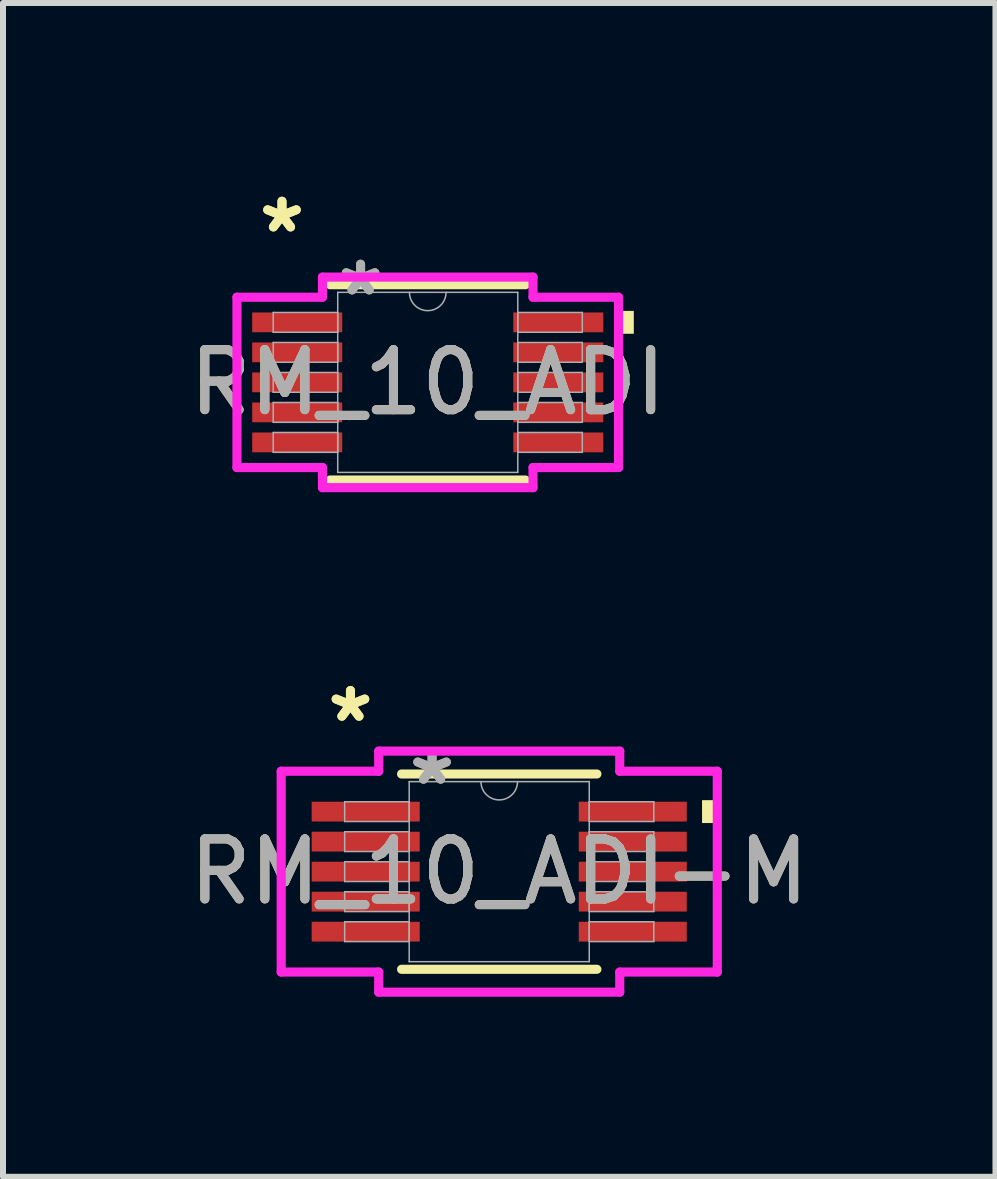
<source format=kicad_pcb>
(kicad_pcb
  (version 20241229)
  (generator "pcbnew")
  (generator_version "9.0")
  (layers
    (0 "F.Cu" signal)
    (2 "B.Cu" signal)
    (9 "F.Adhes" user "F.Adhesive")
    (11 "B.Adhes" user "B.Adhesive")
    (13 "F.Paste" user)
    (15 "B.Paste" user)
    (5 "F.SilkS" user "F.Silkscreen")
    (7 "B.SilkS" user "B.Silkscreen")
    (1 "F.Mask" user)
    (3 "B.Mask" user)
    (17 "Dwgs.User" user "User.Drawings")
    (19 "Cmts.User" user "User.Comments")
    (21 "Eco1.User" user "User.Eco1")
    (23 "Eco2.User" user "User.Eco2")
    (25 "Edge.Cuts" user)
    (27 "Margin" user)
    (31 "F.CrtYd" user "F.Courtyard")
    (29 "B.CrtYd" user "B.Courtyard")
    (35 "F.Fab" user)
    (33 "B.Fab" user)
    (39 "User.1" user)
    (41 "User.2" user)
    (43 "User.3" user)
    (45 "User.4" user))
  (footprint "RM_10_ADI-M"
    (layer "F.Cu")
    (at 5.268 11.473)
    (property "Reference" "RM_10_ADI-M" (at 0 0 0) (unlocked yes) (layer "F.SilkS") (effects (font (size 1 1) (thickness 0.15))))
    (attr smd)
    (fp_line (start -1.627 1.627) (end 1.627 1.627) (stroke (width 0.152) (type solid)) (layer "F.SilkS"))
    (fp_line (start 1.627 -1.627) (end -1.627 -1.627) (stroke (width 0.152) (type solid)) (layer "F.SilkS"))
    (fp_poly (pts (xy 3.633 -1.191) (xy 3.633 -0.81) (xy 3.379 -0.81) (xy 3.379 -1.191)) (stroke (width 0) (type solid)) (fill yes) (layer "F.SilkS"))
    (fp_line (start -3.633 -1.673) (end -2.008 -1.673) (stroke (width 0.152) (type solid)) (layer "F.CrtYd"))
    (fp_line (start -3.633 1.673) (end -3.633 -1.673) (stroke (width 0.152) (type solid)) (layer "F.CrtYd"))
    (fp_line (start -3.633 1.673) (end -2.008 1.673) (stroke (width 0.152) (type solid)) (layer "F.CrtYd"))
    (fp_line (start -2.008 -2.008) (end 2.008 -2.008) (stroke (width 0.152) (type solid)) (layer "F.CrtYd"))
    (fp_line (start -2.008 -1.673) (end -2.008 -2.008) (stroke (width 0.152) (type solid)) (layer "F.CrtYd"))
    (fp_line (start -2.008 2.008) (end -2.008 1.673) (stroke (width 0.152) (type solid)) (layer "F.CrtYd"))
    (fp_line (start 2.008 -2.008) (end 2.008 -1.673) (stroke (width 0.152) (type solid)) (layer "F.CrtYd"))
    (fp_line (start 2.008 1.673) (end 2.008 2.008) (stroke (width 0.152) (type solid)) (layer "F.CrtYd"))
    (fp_line (start 2.008 2.008) (end -2.008 2.008) (stroke (width 0.152) (type solid)) (layer "F.CrtYd"))
    (fp_line (start 3.633 -1.673) (end 2.008 -1.673) (stroke (width 0.152) (type solid)) (layer "F.CrtYd"))
    (fp_line (start 3.633 -1.673) (end 3.633 1.673) (stroke (width 0.152) (type solid)) (layer "F.CrtYd"))
    (fp_line (start 3.633 1.673) (end 2.008 1.673) (stroke (width 0.152) (type solid)) (layer "F.CrtYd"))
    (fp_line (start -2.575 -1.165) (end -2.575 -0.835) (stroke (width 0.025) (type solid)) (layer "F.Fab"))
    (fp_line (start -2.575 -0.835) (end -1.5 -0.835) (stroke (width 0.025) (type solid)) (layer "F.Fab"))
    (fp_line (start -2.575 -0.665) (end -2.575 -0.335) (stroke (width 0.025) (type solid)) (layer "F.Fab"))
    (fp_line (start -2.575 -0.335) (end -1.5 -0.335) (stroke (width 0.025) (type solid)) (layer "F.Fab"))
    (fp_line (start -2.575 -0.165) (end -2.575 0.165) (stroke (width 0.025) (type solid)) (layer "F.Fab"))
    (fp_line (start -2.575 0.165) (end -1.5 0.165) (stroke (width 0.025) (type solid)) (layer "F.Fab"))
    (fp_line (start -2.575 0.335) (end -2.575 0.665) (stroke (width 0.025) (type solid)) (layer "F.Fab"))
    (fp_line (start -2.575 0.665) (end -1.5 0.665) (stroke (width 0.025) (type solid)) (layer "F.Fab"))
    (fp_line (start -2.575 0.835) (end -2.575 1.165) (stroke (width 0.025) (type solid)) (layer "F.Fab"))
    (fp_line (start -2.575 1.165) (end -1.5 1.165) (stroke (width 0.025) (type solid)) (layer "F.Fab"))
    (fp_line (start -1.5 -1.5) (end -1.5 1.5) (stroke (width 0.025) (type solid)) (layer "F.Fab"))
    (fp_line (start -1.5 -1.165) (end -2.575 -1.165) (stroke (width 0.025) (type solid)) (layer "F.Fab"))
    (fp_line (start -1.5 -0.835) (end -1.5 -1.165) (stroke (width 0.025) (type solid)) (layer "F.Fab"))
    (fp_line (start -1.5 -0.665) (end -2.575 -0.665) (stroke (width 0.025) (type solid)) (layer "F.Fab"))
    (fp_line (start -1.5 -0.335) (end -1.5 -0.665) (stroke (width 0.025) (type solid)) (layer "F.Fab"))
    (fp_line (start -1.5 -0.165) (end -2.575 -0.165) (stroke (width 0.025) (type solid)) (layer "F.Fab"))
    (fp_line (start -1.5 0.165) (end -1.5 -0.165) (stroke (width 0.025) (type solid)) (layer "F.Fab"))
    (fp_line (start -1.5 0.335) (end -2.575 0.335) (stroke (width 0.025) (type solid)) (layer "F.Fab"))
    (fp_line (start -1.5 0.665) (end -1.5 0.335) (stroke (width 0.025) (type solid)) (layer "F.Fab"))
    (fp_line (start -1.5 0.835) (end -2.575 0.835) (stroke (width 0.025) (type solid)) (layer "F.Fab"))
    (fp_line (start -1.5 1.165) (end -1.5 0.835) (stroke (width 0.025) (type solid)) (layer "F.Fab"))
    (fp_line (start -1.5 1.5) (end 1.5 1.5) (stroke (width 0.025) (type solid)) (layer "F.Fab"))
    (fp_line (start 1.5 -1.5) (end -1.5 -1.5) (stroke (width 0.025) (type solid)) (layer "F.Fab"))
    (fp_line (start 1.5 -1.165) (end 1.5 -0.835) (stroke (width 0.025) (type solid)) (layer "F.Fab"))
    (fp_line (start 1.5 -0.835) (end 2.575 -0.835) (stroke (width 0.025) (type solid)) (layer "F.Fab"))
    (fp_line (start 1.5 -0.665) (end 1.5 -0.335) (stroke (width 0.025) (type solid)) (layer "F.Fab"))
    (fp_line (start 1.5 -0.335) (end 2.575 -0.335) (stroke (width 0.025) (type solid)) (layer "F.Fab"))
    (fp_line (start 1.5 -0.165) (end 1.5 0.165) (stroke (width 0.025) (type solid)) (layer "F.Fab"))
    (fp_line (start 1.5 0.165) (end 2.575 0.165) (stroke (width 0.025) (type solid)) (layer "F.Fab"))
    (fp_line (start 1.5 0.335) (end 1.5 0.665) (stroke (width 0.025) (type solid)) (layer "F.Fab"))
    (fp_line (start 1.5 0.665) (end 2.575 0.665) (stroke (width 0.025) (type solid)) (layer "F.Fab"))
    (fp_line (start 1.5 0.835) (end 1.5 1.165) (stroke (width 0.025) (type solid)) (layer "F.Fab"))
    (fp_line (start 1.5 1.165) (end 2.575 1.165) (stroke (width 0.025) (type solid)) (layer "F.Fab"))
    (fp_line (start 1.5 1.5) (end 1.5 -1.5) (stroke (width 0.025) (type solid)) (layer "F.Fab"))
    (fp_line (start 2.575 -1.165) (end 1.5 -1.165) (stroke (width 0.025) (type solid)) (layer "F.Fab"))
    (fp_line (start 2.575 -0.835) (end 2.575 -1.165) (stroke (width 0.025) (type solid)) (layer "F.Fab"))
    (fp_line (start 2.575 -0.665) (end 1.5 -0.665) (stroke (width 0.025) (type solid)) (layer "F.Fab"))
    (fp_line (start 2.575 -0.335) (end 2.575 -0.665) (stroke (width 0.025) (type solid)) (layer "F.Fab"))
    (fp_line (start 2.575 -0.165) (end 1.5 -0.165) (stroke (width 0.025) (type solid)) (layer "F.Fab"))
    (fp_line (start 2.575 0.165) (end 2.575 -0.165) (stroke (width 0.025) (type solid)) (layer "F.Fab"))
    (fp_line (start 2.575 0.335) (end 1.5 0.335) (stroke (width 0.025) (type solid)) (layer "F.Fab"))
    (fp_line (start 2.575 0.665) (end 2.575 0.335) (stroke (width 0.025) (type solid)) (layer "F.Fab"))
    (fp_line (start 2.575 0.835) (end 1.5 0.835) (stroke (width 0.025) (type solid)) (layer "F.Fab"))
    (fp_line (start 2.575 1.165) (end 2.575 0.835) (stroke (width 0.025) (type solid)) (layer "F.Fab"))
    (fp_arc (start 0.3048 -1.5) (mid 0 -1.1952) (end -0.3048 -1.5) (stroke (width 0.0254) (type solid)) (layer "F.Fab"))
    (fp_text user "*" (at -2.479 -2.473 0) (layer "F.SilkS") (effects (font (size 1 1) (thickness 0.15))))
    (fp_text user "*" (at -2.479 -2.473 0) (unlocked yes) (layer "F.SilkS") (effects (font (size 1 1) (thickness 0.15))))
    (fp_text user "*" (at -1.119 -1.424 0) (unlocked yes) (layer "F.Fab") (effects (font (size 1 1) (thickness 0.15))))
    (fp_text user "*" (at -1.119 -1.424 0) (layer "F.Fab") (effects (font (size 1 1) (thickness 0.15))))
    (fp_text user "${REFERENCE}" (at 0 0 0) (unlocked yes) (layer "F.Fab") (effects (font (size 1 1) (thickness 0.15))))
    (pad "1" smd rect (at -2.225 -1) (size 1.8 0.33) (layers "F.Cu" "F.Mask" "F.Paste"))
    (pad "2" smd rect (at -2.225 -0.5) (size 1.8 0.33) (layers "F.Cu" "F.Mask" "F.Paste"))
    (pad "3" smd rect (at -2.225 0) (size 1.8 0.33) (layers "F.Cu" "F.Mask" "F.Paste"))
    (pad "4" smd rect (at -2.225 0.5) (size 1.8 0.33) (layers "F.Cu" "F.Mask" "F.Paste"))
    (pad "5" smd rect (at -2.225 1) (size 1.8 0.33) (layers "F.Cu" "F.Mask" "F.Paste"))
    (pad "6" smd rect (at 2.225 1) (size 1.8 0.33) (layers "F.Cu" "F.Mask" "F.Paste"))
    (pad "7" smd rect (at 2.225 0.5) (size 1.8 0.33) (layers "F.Cu" "F.Mask" "F.Paste"))
    (pad "8" smd rect (at 2.225 0) (size 1.8 0.33) (layers "F.Cu" "F.Mask" "F.Paste"))
    (pad "9" smd rect (at 2.225 -0.5) (size 1.8 0.33) (layers "F.Cu" "F.Mask" "F.Paste"))
    (pad "10" smd rect (at 2.225 -1) (size 1.8 0.33) (layers "F.Cu" "F.Mask" "F.Paste")))
  (footprint "RM_10_ADI"
    (layer "F.Cu")
    (at 4.077 3.321)
    (property "Reference" "RM_10_ADI" (at 0 0 0) (unlocked yes) (layer "F.SilkS") (effects (font (size 1 1) (thickness 0.15))))
    (attr smd)
    (fp_line (start -1.627 1.627) (end 1.627 1.627) (stroke (width 0.152) (type solid)) (layer "F.SilkS"))
    (fp_line (start 1.627 -1.627) (end -1.627 -1.627) (stroke (width 0.152) (type solid)) (layer "F.SilkS"))
    (fp_poly (pts (xy 3.433 -1.191) (xy 3.433 -0.81) (xy 3.179 -0.81) (xy 3.179 -1.191)) (stroke (width 0) (type solid)) (fill yes) (layer "F.SilkS"))
    (fp_line (start -3.179 -1.419) (end -1.754 -1.419) (stroke (width 0.152) (type solid)) (layer "F.CrtYd"))
    (fp_line (start -3.179 1.419) (end -3.179 -1.419) (stroke (width 0.152) (type solid)) (layer "F.CrtYd"))
    (fp_line (start -3.179 1.419) (end -1.754 1.419) (stroke (width 0.152) (type solid)) (layer "F.CrtYd"))
    (fp_line (start -1.754 -1.754) (end 1.754 -1.754) (stroke (width 0.152) (type solid)) (layer "F.CrtYd"))
    (fp_line (start -1.754 -1.419) (end -1.754 -1.754) (stroke (width 0.152) (type solid)) (layer "F.CrtYd"))
    (fp_line (start -1.754 1.754) (end -1.754 1.419) (stroke (width 0.152) (type solid)) (layer "F.CrtYd"))
    (fp_line (start 1.754 -1.754) (end 1.754 -1.419) (stroke (width 0.152) (type solid)) (layer "F.CrtYd"))
    (fp_line (start 1.754 1.419) (end 1.754 1.754) (stroke (width 0.152) (type solid)) (layer "F.CrtYd"))
    (fp_line (start 1.754 1.754) (end -1.754 1.754) (stroke (width 0.152) (type solid)) (layer "F.CrtYd"))
    (fp_line (start 3.179 -1.419) (end 1.754 -1.419) (stroke (width 0.152) (type solid)) (layer "F.CrtYd"))
    (fp_line (start 3.179 -1.419) (end 3.179 1.419) (stroke (width 0.152) (type solid)) (layer "F.CrtYd"))
    (fp_line (start 3.179 1.419) (end 1.754 1.419) (stroke (width 0.152) (type solid)) (layer "F.CrtYd"))
    (fp_line (start -2.575 -1.165) (end -2.575 -0.835) (stroke (width 0.025) (type solid)) (layer "F.Fab"))
    (fp_line (start -2.575 -0.835) (end -1.5 -0.835) (stroke (width 0.025) (type solid)) (layer "F.Fab"))
    (fp_line (start -2.575 -0.665) (end -2.575 -0.335) (stroke (width 0.025) (type solid)) (layer "F.Fab"))
    (fp_line (start -2.575 -0.335) (end -1.5 -0.335) (stroke (width 0.025) (type solid)) (layer "F.Fab"))
    (fp_line (start -2.575 -0.165) (end -2.575 0.165) (stroke (width 0.025) (type solid)) (layer "F.Fab"))
    (fp_line (start -2.575 0.165) (end -1.5 0.165) (stroke (width 0.025) (type solid)) (layer "F.Fab"))
    (fp_line (start -2.575 0.335) (end -2.575 0.665) (stroke (width 0.025) (type solid)) (layer "F.Fab"))
    (fp_line (start -2.575 0.665) (end -1.5 0.665) (stroke (width 0.025) (type solid)) (layer "F.Fab"))
    (fp_line (start -2.575 0.835) (end -2.575 1.165) (stroke (width 0.025) (type solid)) (layer "F.Fab"))
    (fp_line (start -2.575 1.165) (end -1.5 1.165) (stroke (width 0.025) (type solid)) (layer "F.Fab"))
    (fp_line (start -1.5 -1.5) (end -1.5 1.5) (stroke (width 0.025) (type solid)) (layer "F.Fab"))
    (fp_line (start -1.5 -1.165) (end -2.575 -1.165) (stroke (width 0.025) (type solid)) (layer "F.Fab"))
    (fp_line (start -1.5 -0.835) (end -1.5 -1.165) (stroke (width 0.025) (type solid)) (layer "F.Fab"))
    (fp_line (start -1.5 -0.665) (end -2.575 -0.665) (stroke (width 0.025) (type solid)) (layer "F.Fab"))
    (fp_line (start -1.5 -0.335) (end -1.5 -0.665) (stroke (width 0.025) (type solid)) (layer "F.Fab"))
    (fp_line (start -1.5 -0.165) (end -2.575 -0.165) (stroke (width 0.025) (type solid)) (layer "F.Fab"))
    (fp_line (start -1.5 0.165) (end -1.5 -0.165) (stroke (width 0.025) (type solid)) (layer "F.Fab"))
    (fp_line (start -1.5 0.335) (end -2.575 0.335) (stroke (width 0.025) (type solid)) (layer "F.Fab"))
    (fp_line (start -1.5 0.665) (end -1.5 0.335) (stroke (width 0.025) (type solid)) (layer "F.Fab"))
    (fp_line (start -1.5 0.835) (end -2.575 0.835) (stroke (width 0.025) (type solid)) (layer "F.Fab"))
    (fp_line (start -1.5 1.165) (end -1.5 0.835) (stroke (width 0.025) (type solid)) (layer "F.Fab"))
    (fp_line (start -1.5 1.5) (end 1.5 1.5) (stroke (width 0.025) (type solid)) (layer "F.Fab"))
    (fp_line (start 1.5 -1.5) (end -1.5 -1.5) (stroke (width 0.025) (type solid)) (layer "F.Fab"))
    (fp_line (start 1.5 -1.165) (end 1.5 -0.835) (stroke (width 0.025) (type solid)) (layer "F.Fab"))
    (fp_line (start 1.5 -0.835) (end 2.575 -0.835) (stroke (width 0.025) (type solid)) (layer "F.Fab"))
    (fp_line (start 1.5 -0.665) (end 1.5 -0.335) (stroke (width 0.025) (type solid)) (layer "F.Fab"))
    (fp_line (start 1.5 -0.335) (end 2.575 -0.335) (stroke (width 0.025) (type solid)) (layer "F.Fab"))
    (fp_line (start 1.5 -0.165) (end 1.5 0.165) (stroke (width 0.025) (type solid)) (layer "F.Fab"))
    (fp_line (start 1.5 0.165) (end 2.575 0.165) (stroke (width 0.025) (type solid)) (layer "F.Fab"))
    (fp_line (start 1.5 0.335) (end 1.5 0.665) (stroke (width 0.025) (type solid)) (layer "F.Fab"))
    (fp_line (start 1.5 0.665) (end 2.575 0.665) (stroke (width 0.025) (type solid)) (layer "F.Fab"))
    (fp_line (start 1.5 0.835) (end 1.5 1.165) (stroke (width 0.025) (type solid)) (layer "F.Fab"))
    (fp_line (start 1.5 1.165) (end 2.575 1.165) (stroke (width 0.025) (type solid)) (layer "F.Fab"))
    (fp_line (start 1.5 1.5) (end 1.5 -1.5) (stroke (width 0.025) (type solid)) (layer "F.Fab"))
    (fp_line (start 2.575 -1.165) (end 1.5 -1.165) (stroke (width 0.025) (type solid)) (layer "F.Fab"))
    (fp_line (start 2.575 -0.835) (end 2.575 -1.165) (stroke (width 0.025) (type solid)) (layer "F.Fab"))
    (fp_line (start 2.575 -0.665) (end 1.5 -0.665) (stroke (width 0.025) (type solid)) (layer "F.Fab"))
    (fp_line (start 2.575 -0.335) (end 2.575 -0.665) (stroke (width 0.025) (type solid)) (layer "F.Fab"))
    (fp_line (start 2.575 -0.165) (end 1.5 -0.165) (stroke (width 0.025) (type solid)) (layer "F.Fab"))
    (fp_line (start 2.575 0.165) (end 2.575 -0.165) (stroke (width 0.025) (type solid)) (layer "F.Fab"))
    (fp_line (start 2.575 0.335) (end 1.5 0.335) (stroke (width 0.025) (type solid)) (layer "F.Fab"))
    (fp_line (start 2.575 0.665) (end 2.575 0.335) (stroke (width 0.025) (type solid)) (layer "F.Fab"))
    (fp_line (start 2.575 0.835) (end 1.5 0.835) (stroke (width 0.025) (type solid)) (layer "F.Fab"))
    (fp_line (start 2.575 1.165) (end 2.575 0.835) (stroke (width 0.025) (type solid)) (layer "F.Fab"))
    (fp_arc (start 0.3048 -1.5) (mid 0 -1.1952) (end -0.3048 -1.5) (stroke (width 0.0254) (type solid)) (layer "F.Fab"))
    (fp_text user "*" (at -2.429 -2.473 0) (layer "F.SilkS") (effects (font (size 1 1) (thickness 0.15))))
    (fp_text user "*" (at -2.429 -2.473 0) (unlocked yes) (layer "F.SilkS") (effects (font (size 1 1) (thickness 0.15))))
    (fp_text user "*" (at -1.119 -1.424 0) (layer "F.Fab") (effects (font (size 1 1) (thickness 0.15))))
    (fp_text user "*" (at -1.119 -1.424 0) (unlocked yes) (layer "F.Fab") (effects (font (size 1 1) (thickness 0.15))))
    (fp_text user "${REFERENCE}" (at 0 0 0) (unlocked yes) (layer "F.Fab") (effects (font (size 1 1) (thickness 0.15))))
    (pad "1" smd rect (at -2.175 -1) (size 1.5 0.33) (layers "F.Cu" "F.Mask" "F.Paste"))
    (pad "2" smd rect (at -2.175 -0.5) (size 1.5 0.33) (layers "F.Cu" "F.Mask" "F.Paste"))
    (pad "3" smd rect (at -2.175 0) (size 1.5 0.33) (layers "F.Cu" "F.Mask" "F.Paste"))
    (pad "4" smd rect (at -2.175 0.5) (size 1.5 0.33) (layers "F.Cu" "F.Mask" "F.Paste"))
    (pad "5" smd rect (at -2.175 1) (size 1.5 0.33) (layers "F.Cu" "F.Mask" "F.Paste"))
    (pad "6" smd rect (at 2.175 1) (size 1.5 0.33) (layers "F.Cu" "F.Mask" "F.Paste"))
    (pad "7" smd rect (at 2.175 0.5) (size 1.5 0.33) (layers "F.Cu" "F.Mask" "F.Paste"))
    (pad "8" smd rect (at 2.175 0) (size 1.5 0.33) (layers "F.Cu" "F.Mask" "F.Paste"))
    (pad "9" smd rect (at 2.175 -0.5) (size 1.5 0.33) (layers "F.Cu" "F.Mask" "F.Paste"))
    (pad "10" smd rect (at 2.175 -1) (size 1.5 0.33) (layers "F.Cu" "F.Mask" "F.Paste")))
  (gr_rect
    (start -3 -3)
    (end 13.536 16.557)
    (stroke (width 0.1) (type default))
    (fill no)
    (layer "Edge.Cuts")))
</source>
